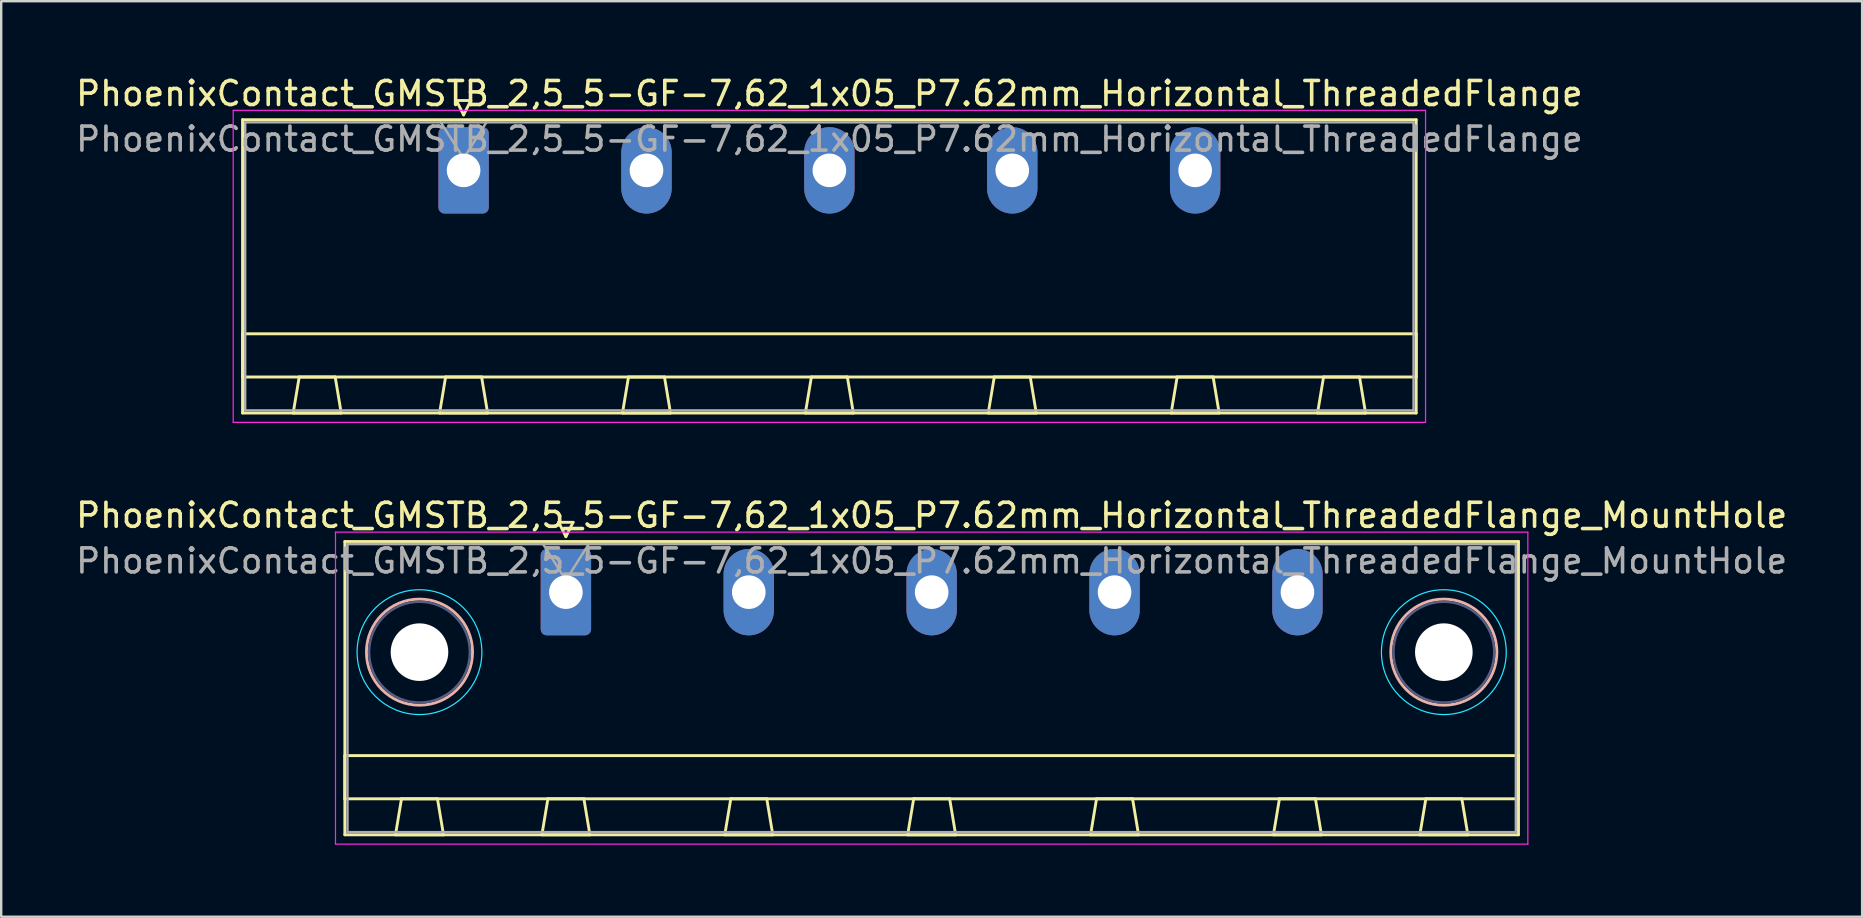
<source format=kicad_pcb>
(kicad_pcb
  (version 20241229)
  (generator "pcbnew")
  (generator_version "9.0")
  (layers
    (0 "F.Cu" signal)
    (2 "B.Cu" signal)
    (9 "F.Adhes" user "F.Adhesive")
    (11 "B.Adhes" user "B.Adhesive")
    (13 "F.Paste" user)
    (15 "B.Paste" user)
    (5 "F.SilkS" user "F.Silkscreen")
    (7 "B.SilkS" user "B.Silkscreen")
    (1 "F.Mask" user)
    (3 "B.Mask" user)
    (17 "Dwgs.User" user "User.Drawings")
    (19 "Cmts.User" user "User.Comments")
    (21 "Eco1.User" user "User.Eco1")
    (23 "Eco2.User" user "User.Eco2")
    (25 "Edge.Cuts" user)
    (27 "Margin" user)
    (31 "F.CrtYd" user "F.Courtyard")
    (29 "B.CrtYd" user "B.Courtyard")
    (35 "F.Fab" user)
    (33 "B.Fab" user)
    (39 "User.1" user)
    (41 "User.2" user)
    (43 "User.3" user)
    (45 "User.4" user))
  (footprint "PhoenixContact_GMSTB_2,5_5-GF-7,62_1x05_P7.62mm_Horizontal_ThreadedFlange"
    (layer "F.Cu")
    (at 16.266 4.048)
    (property "Reference" "PhoenixContact_GMSTB_2,5_5-GF-7,62_1x05_P7.62mm_Horizontal_ThreadedFlange" (at 15.24 -3.2 0) (layer "F.SilkS") (effects (font (size 1 1) (thickness 0.15))))
    (attr through_hole)
    (fp_line (start -9.21 -2.11) (end -9.21 10.11) (stroke (width 0.12) (type solid)) (layer "F.SilkS"))
    (fp_line (start -9.21 6.81) (end 39.69 6.81) (stroke (width 0.12) (type solid)) (layer "F.SilkS"))
    (fp_line (start -9.21 8.61) (end -9.21 6.81) (stroke (width 0.12) (type solid)) (layer "F.SilkS"))
    (fp_line (start -9.21 10.11) (end 39.69 10.11) (stroke (width 0.12) (type solid)) (layer "F.SilkS"))
    (fp_line (start -7.1 10.11) (end -5.1 10.11) (stroke (width 0.12) (type solid)) (layer "F.SilkS"))
    (fp_line (start -6.85 8.61) (end -7.1 10.11) (stroke (width 0.12) (type solid)) (layer "F.SilkS"))
    (fp_line (start -5.35 8.61) (end -6.85 8.61) (stroke (width 0.12) (type solid)) (layer "F.SilkS"))
    (fp_line (start -5.1 10.11) (end -5.35 8.61) (stroke (width 0.12) (type solid)) (layer "F.SilkS"))
    (fp_line (start -1 10.11) (end 1 10.11) (stroke (width 0.12) (type solid)) (layer "F.SilkS"))
    (fp_line (start -0.75 8.61) (end -1 10.11) (stroke (width 0.12) (type solid)) (layer "F.SilkS"))
    (fp_line (start -0.3 -2.91) (end 0.3 -2.91) (stroke (width 0.12) (type solid)) (layer "F.SilkS"))
    (fp_line (start 0 -2.31) (end -0.3 -2.91) (stroke (width 0.12) (type solid)) (layer "F.SilkS"))
    (fp_line (start 0.3 -2.91) (end 0 -2.31) (stroke (width 0.12) (type solid)) (layer "F.SilkS"))
    (fp_line (start 0.75 8.61) (end -0.75 8.61) (stroke (width 0.12) (type solid)) (layer "F.SilkS"))
    (fp_line (start 1 10.11) (end 0.75 8.61) (stroke (width 0.12) (type solid)) (layer "F.SilkS"))
    (fp_line (start 6.62 10.11) (end 8.62 10.11) (stroke (width 0.12) (type solid)) (layer "F.SilkS"))
    (fp_line (start 6.87 8.61) (end 6.62 10.11) (stroke (width 0.12) (type solid)) (layer "F.SilkS"))
    (fp_line (start 8.37 8.61) (end 6.87 8.61) (stroke (width 0.12) (type solid)) (layer "F.SilkS"))
    (fp_line (start 8.62 10.11) (end 8.37 8.61) (stroke (width 0.12) (type solid)) (layer "F.SilkS"))
    (fp_line (start 14.24 10.11) (end 16.24 10.11) (stroke (width 0.12) (type solid)) (layer "F.SilkS"))
    (fp_line (start 14.49 8.61) (end 14.24 10.11) (stroke (width 0.12) (type solid)) (layer "F.SilkS"))
    (fp_line (start 15.99 8.61) (end 14.49 8.61) (stroke (width 0.12) (type solid)) (layer "F.SilkS"))
    (fp_line (start 16.24 10.11) (end 15.99 8.61) (stroke (width 0.12) (type solid)) (layer "F.SilkS"))
    (fp_line (start 21.86 10.11) (end 23.86 10.11) (stroke (width 0.12) (type solid)) (layer "F.SilkS"))
    (fp_line (start 22.11 8.61) (end 21.86 10.11) (stroke (width 0.12) (type solid)) (layer "F.SilkS"))
    (fp_line (start 23.61 8.61) (end 22.11 8.61) (stroke (width 0.12) (type solid)) (layer "F.SilkS"))
    (fp_line (start 23.86 10.11) (end 23.61 8.61) (stroke (width 0.12) (type solid)) (layer "F.SilkS"))
    (fp_line (start 29.48 10.11) (end 31.48 10.11) (stroke (width 0.12) (type solid)) (layer "F.SilkS"))
    (fp_line (start 29.73 8.61) (end 29.48 10.11) (stroke (width 0.12) (type solid)) (layer "F.SilkS"))
    (fp_line (start 31.23 8.61) (end 29.73 8.61) (stroke (width 0.12) (type solid)) (layer "F.SilkS"))
    (fp_line (start 31.48 10.11) (end 31.23 8.61) (stroke (width 0.12) (type solid)) (layer "F.SilkS"))
    (fp_line (start 35.58 10.11) (end 37.58 10.11) (stroke (width 0.12) (type solid)) (layer "F.SilkS"))
    (fp_line (start 35.83 8.61) (end 35.58 10.11) (stroke (width 0.12) (type solid)) (layer "F.SilkS"))
    (fp_line (start 37.33 8.61) (end 35.83 8.61) (stroke (width 0.12) (type solid)) (layer "F.SilkS"))
    (fp_line (start 37.58 10.11) (end 37.33 8.61) (stroke (width 0.12) (type solid)) (layer "F.SilkS"))
    (fp_line (start 39.69 -2.11) (end -9.21 -2.11) (stroke (width 0.12) (type solid)) (layer "F.SilkS"))
    (fp_line (start 39.69 6.81) (end 39.69 8.61) (stroke (width 0.12) (type solid)) (layer "F.SilkS"))
    (fp_line (start 39.69 8.61) (end -9.21 8.61) (stroke (width 0.12) (type solid)) (layer "F.SilkS"))
    (fp_line (start 39.69 10.11) (end 39.69 -2.11) (stroke (width 0.12) (type solid)) (layer "F.SilkS"))
    (fp_line (start -9.6 -2.5) (end -9.6 10.5) (stroke (width 0.05) (type solid)) (layer "F.CrtYd"))
    (fp_line (start -9.6 10.5) (end 40.08 10.5) (stroke (width 0.05) (type solid)) (layer "F.CrtYd"))
    (fp_line (start 40.08 -2.5) (end -9.6 -2.5) (stroke (width 0.05) (type solid)) (layer "F.CrtYd"))
    (fp_line (start 40.08 10.5) (end 40.08 -2.5) (stroke (width 0.05) (type solid)) (layer "F.CrtYd"))
    (fp_line (start -9.1 -2) (end -9.1 10) (stroke (width 0.1) (type solid)) (layer "F.Fab"))
    (fp_line (start -9.1 10) (end 39.58 10) (stroke (width 0.1) (type solid)) (layer "F.Fab"))
    (fp_line (start 0 -0.5) (end -0.95 -2) (stroke (width 0.1) (type solid)) (layer "F.Fab"))
    (fp_line (start 0.95 -2) (end 0 -0.5) (stroke (width 0.1) (type solid)) (layer "F.Fab"))
    (fp_line (start 39.58 -2) (end -9.1 -2) (stroke (width 0.1) (type solid)) (layer "F.Fab"))
    (fp_line (start 39.58 10) (end 39.58 -2) (stroke (width 0.1) (type solid)) (layer "F.Fab"))
    (fp_text user "${REFERENCE}" (at 15.24 -1.3 0) (layer "F.Fab") (effects (font (size 1 1) (thickness 0.15))))
    (pad "1" thru_hole roundrect (at 0 0) (size 2.1 3.6) (drill 1.4) (layers "*.Cu" "*.Mask") (roundrect_rratio 0.119))
    (pad "2" thru_hole oval (at 7.62 0) (size 2.1 3.6) (drill 1.4) (layers "*.Cu" "*.Mask"))
    (pad "3" thru_hole oval (at 15.24 0) (size 2.1 3.6) (drill 1.4) (layers "*.Cu" "*.Mask"))
    (pad "4" thru_hole oval (at 22.86 0) (size 2.1 3.6) (drill 1.4) (layers "*.Cu" "*.Mask"))
    (pad "5" thru_hole oval (at 30.48 0) (size 2.1 3.6) (drill 1.4) (layers "*.Cu" "*.Mask")))
  (footprint "PhoenixContact_GMSTB_2,5_5-GF-7,62_1x05_P7.62mm_Horizontal_ThreadedFlange_MountHole"
    (layer "F.Cu")
    (at 20.528 21.622)
    (property "Reference" "PhoenixContact_GMSTB_2,5_5-GF-7,62_1x05_P7.62mm_Horizontal_ThreadedFlange_MountHole" (at 15.24 -3.2 0) (layer "F.SilkS") (effects (font (size 1 1) (thickness 0.15))))
    (attr through_hole)
    (fp_line (start -9.21 -2.11) (end -9.21 10.11) (stroke (width 0.12) (type solid)) (layer "F.SilkS"))
    (fp_line (start -9.21 6.81) (end 39.69 6.81) (stroke (width 0.12) (type solid)) (layer "F.SilkS"))
    (fp_line (start -9.21 8.61) (end -9.21 6.81) (stroke (width 0.12) (type solid)) (layer "F.SilkS"))
    (fp_line (start -9.21 10.11) (end 39.69 10.11) (stroke (width 0.12) (type solid)) (layer "F.SilkS"))
    (fp_line (start -7.1 10.11) (end -5.1 10.11) (stroke (width 0.12) (type solid)) (layer "F.SilkS"))
    (fp_line (start -6.85 8.61) (end -7.1 10.11) (stroke (width 0.12) (type solid)) (layer "F.SilkS"))
    (fp_line (start -5.35 8.61) (end -6.85 8.61) (stroke (width 0.12) (type solid)) (layer "F.SilkS"))
    (fp_line (start -5.1 10.11) (end -5.35 8.61) (stroke (width 0.12) (type solid)) (layer "F.SilkS"))
    (fp_line (start -1 10.11) (end 1 10.11) (stroke (width 0.12) (type solid)) (layer "F.SilkS"))
    (fp_line (start -0.75 8.61) (end -1 10.11) (stroke (width 0.12) (type solid)) (layer "F.SilkS"))
    (fp_line (start -0.3 -2.91) (end 0.3 -2.91) (stroke (width 0.12) (type solid)) (layer "F.SilkS"))
    (fp_line (start 0 -2.31) (end -0.3 -2.91) (stroke (width 0.12) (type solid)) (layer "F.SilkS"))
    (fp_line (start 0.3 -2.91) (end 0 -2.31) (stroke (width 0.12) (type solid)) (layer "F.SilkS"))
    (fp_line (start 0.75 8.61) (end -0.75 8.61) (stroke (width 0.12) (type solid)) (layer "F.SilkS"))
    (fp_line (start 1 10.11) (end 0.75 8.61) (stroke (width 0.12) (type solid)) (layer "F.SilkS"))
    (fp_line (start 6.62 10.11) (end 8.62 10.11) (stroke (width 0.12) (type solid)) (layer "F.SilkS"))
    (fp_line (start 6.87 8.61) (end 6.62 10.11) (stroke (width 0.12) (type solid)) (layer "F.SilkS"))
    (fp_line (start 8.37 8.61) (end 6.87 8.61) (stroke (width 0.12) (type solid)) (layer "F.SilkS"))
    (fp_line (start 8.62 10.11) (end 8.37 8.61) (stroke (width 0.12) (type solid)) (layer "F.SilkS"))
    (fp_line (start 14.24 10.11) (end 16.24 10.11) (stroke (width 0.12) (type solid)) (layer "F.SilkS"))
    (fp_line (start 14.49 8.61) (end 14.24 10.11) (stroke (width 0.12) (type solid)) (layer "F.SilkS"))
    (fp_line (start 15.99 8.61) (end 14.49 8.61) (stroke (width 0.12) (type solid)) (layer "F.SilkS"))
    (fp_line (start 16.24 10.11) (end 15.99 8.61) (stroke (width 0.12) (type solid)) (layer "F.SilkS"))
    (fp_line (start 21.86 10.11) (end 23.86 10.11) (stroke (width 0.12) (type solid)) (layer "F.SilkS"))
    (fp_line (start 22.11 8.61) (end 21.86 10.11) (stroke (width 0.12) (type solid)) (layer "F.SilkS"))
    (fp_line (start 23.61 8.61) (end 22.11 8.61) (stroke (width 0.12) (type solid)) (layer "F.SilkS"))
    (fp_line (start 23.86 10.11) (end 23.61 8.61) (stroke (width 0.12) (type solid)) (layer "F.SilkS"))
    (fp_line (start 29.48 10.11) (end 31.48 10.11) (stroke (width 0.12) (type solid)) (layer "F.SilkS"))
    (fp_line (start 29.73 8.61) (end 29.48 10.11) (stroke (width 0.12) (type solid)) (layer "F.SilkS"))
    (fp_line (start 31.23 8.61) (end 29.73 8.61) (stroke (width 0.12) (type solid)) (layer "F.SilkS"))
    (fp_line (start 31.48 10.11) (end 31.23 8.61) (stroke (width 0.12) (type solid)) (layer "F.SilkS"))
    (fp_line (start 35.58 10.11) (end 37.58 10.11) (stroke (width 0.12) (type solid)) (layer "F.SilkS"))
    (fp_line (start 35.83 8.61) (end 35.58 10.11) (stroke (width 0.12) (type solid)) (layer "F.SilkS"))
    (fp_line (start 37.33 8.61) (end 35.83 8.61) (stroke (width 0.12) (type solid)) (layer "F.SilkS"))
    (fp_line (start 37.58 10.11) (end 37.33 8.61) (stroke (width 0.12) (type solid)) (layer "F.SilkS"))
    (fp_line (start 39.69 -2.11) (end -9.21 -2.11) (stroke (width 0.12) (type solid)) (layer "F.SilkS"))
    (fp_line (start 39.69 6.81) (end 39.69 8.61) (stroke (width 0.12) (type solid)) (layer "F.SilkS"))
    (fp_line (start 39.69 8.61) (end -9.21 8.61) (stroke (width 0.12) (type solid)) (layer "F.SilkS"))
    (fp_line (start 39.69 10.11) (end 39.69 -2.11) (stroke (width 0.12) (type solid)) (layer "F.SilkS"))
    (fp_circle (center -6.1 2.5) (end -3.89 2.5) (stroke (width 0.12) (type solid)) (fill no) (layer "B.SilkS"))
    (fp_circle (center 36.58 2.5) (end 38.79 2.5) (stroke (width 0.12) (type solid)) (fill no) (layer "B.SilkS"))
    (fp_circle (center -6.1 2.5) (end -3.5 2.5) (stroke (width 0.05) (type solid)) (fill no) (layer "B.CrtYd"))
    (fp_circle (center 36.58 2.5) (end 39.18 2.5) (stroke (width 0.05) (type solid)) (fill no) (layer "B.CrtYd"))
    (fp_line (start -9.6 -2.5) (end -9.6 10.5) (stroke (width 0.05) (type solid)) (layer "F.CrtYd"))
    (fp_line (start -9.6 10.5) (end 40.08 10.5) (stroke (width 0.05) (type solid)) (layer "F.CrtYd"))
    (fp_line (start 40.08 -2.5) (end -9.6 -2.5) (stroke (width 0.05) (type solid)) (layer "F.CrtYd"))
    (fp_line (start 40.08 10.5) (end 40.08 -2.5) (stroke (width 0.05) (type solid)) (layer "F.CrtYd"))
    (fp_circle (center -6.1 2.5) (end -4 2.5) (stroke (width 0.1) (type solid)) (fill no) (layer "B.Fab"))
    (fp_circle (center 36.58 2.5) (end 38.68 2.5) (stroke (width 0.1) (type solid)) (fill no) (layer "B.Fab"))
    (fp_line (start -9.1 -2) (end -9.1 10) (stroke (width 0.1) (type solid)) (layer "F.Fab"))
    (fp_line (start -9.1 10) (end 39.58 10) (stroke (width 0.1) (type solid)) (layer "F.Fab"))
    (fp_line (start 0 -0.5) (end -0.95 -2) (stroke (width 0.1) (type solid)) (layer "F.Fab"))
    (fp_line (start 0.95 -2) (end 0 -0.5) (stroke (width 0.1) (type solid)) (layer "F.Fab"))
    (fp_line (start 39.58 -2) (end -9.1 -2) (stroke (width 0.1) (type solid)) (layer "F.Fab"))
    (fp_line (start 39.58 10) (end 39.58 -2) (stroke (width 0.1) (type solid)) (layer "F.Fab"))
    (fp_text user "${REFERENCE}" (at 15.24 -1.3 0) (layer "F.Fab") (effects (font (size 1 1) (thickness 0.15))))
    (pad "" np_thru_hole circle (at -6.1 2.5) (size 2.4 2.4) (drill 2.4) (layers "*.Cu" "*.Mask"))
    (pad "" np_thru_hole circle (at 36.58 2.5) (size 2.4 2.4) (drill 2.4) (layers "*.Cu" "*.Mask"))
    (pad "1" thru_hole roundrect (at 0 0) (size 2.1 3.6) (drill 1.4) (layers "*.Cu" "*.Mask") (roundrect_rratio 0.119))
    (pad "2" thru_hole oval (at 7.62 0) (size 2.1 3.6) (drill 1.4) (layers "*.Cu" "*.Mask"))
    (pad "3" thru_hole oval (at 15.24 0) (size 2.1 3.6) (drill 1.4) (layers "*.Cu" "*.Mask"))
    (pad "4" thru_hole oval (at 22.86 0) (size 2.1 3.6) (drill 1.4) (layers "*.Cu" "*.Mask"))
    (pad "5" thru_hole oval (at 30.48 0) (size 2.1 3.6) (drill 1.4) (layers "*.Cu" "*.Mask")))
  (gr_rect
    (start -3 -3)
    (end 74.536 35.147)
    (stroke (width 0.1) (type default))
    (fill no)
    (layer "Edge.Cuts")))
</source>
